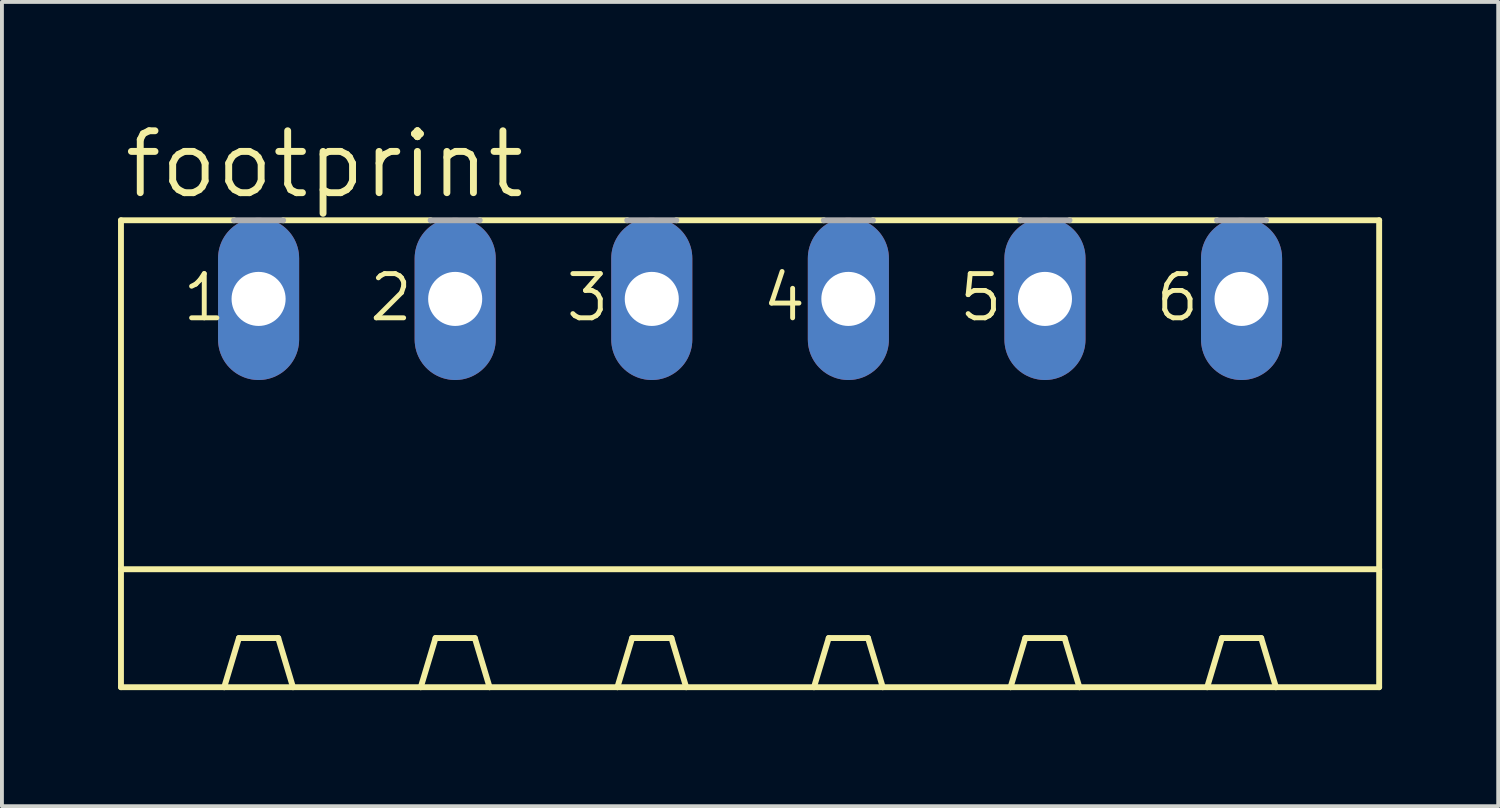
<source format=kicad_pcb>
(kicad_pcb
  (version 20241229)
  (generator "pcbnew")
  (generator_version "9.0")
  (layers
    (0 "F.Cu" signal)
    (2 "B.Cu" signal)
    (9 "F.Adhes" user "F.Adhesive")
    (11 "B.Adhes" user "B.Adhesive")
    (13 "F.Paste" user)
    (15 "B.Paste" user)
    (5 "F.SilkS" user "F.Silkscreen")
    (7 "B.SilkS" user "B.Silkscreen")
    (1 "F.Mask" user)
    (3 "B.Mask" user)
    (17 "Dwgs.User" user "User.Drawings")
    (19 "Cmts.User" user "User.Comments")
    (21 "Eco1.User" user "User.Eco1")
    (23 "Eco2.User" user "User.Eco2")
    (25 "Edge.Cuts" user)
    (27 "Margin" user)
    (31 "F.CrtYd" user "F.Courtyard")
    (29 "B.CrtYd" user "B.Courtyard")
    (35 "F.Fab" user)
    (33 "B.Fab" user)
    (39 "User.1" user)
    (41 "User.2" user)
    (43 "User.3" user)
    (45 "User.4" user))
  (footprint "footprint"
    (layer "F.Cu")
    (at 16.332 9.754)
    (property "Reference" "footprint" (at -16.256 -7.62 0) (layer "F.SilkS") (effects (font (size 1.6 1.6) (thickness 0.178)) (justify left bottom)))
    (fp_line (start -16.256 -7.112) (end -16.256 1.905) (stroke (width 0.152) (type solid)) (layer "F.SilkS"))
    (fp_line (start -16.256 -7.112) (end -13.335 -7.112) (stroke (width 0.152) (type solid)) (layer "F.SilkS"))
    (fp_line (start -16.256 1.905) (end -16.256 4.953) (stroke (width 0.152) (type solid)) (layer "F.SilkS"))
    (fp_line (start -16.256 1.905) (end 16.256 1.905) (stroke (width 0.152) (type solid)) (layer "F.SilkS"))
    (fp_line (start -16.256 4.953) (end -13.589 4.953) (stroke (width 0.152) (type solid)) (layer "F.SilkS"))
    (fp_line (start -13.589 4.953) (end -13.208 3.683) (stroke (width 0.152) (type solid)) (layer "F.SilkS"))
    (fp_line (start -13.589 4.953) (end -11.811 4.953) (stroke (width 0.152) (type solid)) (layer "F.SilkS"))
    (fp_line (start -12.192 3.683) (end -13.208 3.683) (stroke (width 0.152) (type solid)) (layer "F.SilkS"))
    (fp_line (start -12.065 -7.112) (end -8.255 -7.112) (stroke (width 0.152) (type solid)) (layer "F.SilkS"))
    (fp_line (start -11.811 4.953) (end -12.192 3.683) (stroke (width 0.152) (type solid)) (layer "F.SilkS"))
    (fp_line (start -11.811 4.953) (end -8.509 4.953) (stroke (width 0.152) (type solid)) (layer "F.SilkS"))
    (fp_line (start -8.509 4.953) (end -8.128 3.683) (stroke (width 0.152) (type solid)) (layer "F.SilkS"))
    (fp_line (start -8.509 4.953) (end -6.731 4.953) (stroke (width 0.152) (type solid)) (layer "F.SilkS"))
    (fp_line (start -8.128 3.683) (end -7.112 3.683) (stroke (width 0.152) (type solid)) (layer "F.SilkS"))
    (fp_line (start -6.985 -7.112) (end -3.175 -7.112) (stroke (width 0.152) (type solid)) (layer "F.SilkS"))
    (fp_line (start -6.731 4.953) (end -7.112 3.683) (stroke (width 0.152) (type solid)) (layer "F.SilkS"))
    (fp_line (start -6.731 4.953) (end -3.429 4.953) (stroke (width 0.152) (type solid)) (layer "F.SilkS"))
    (fp_line (start -3.429 4.953) (end -3.048 3.683) (stroke (width 0.152) (type solid)) (layer "F.SilkS"))
    (fp_line (start -3.429 4.953) (end -1.651 4.953) (stroke (width 0.152) (type solid)) (layer "F.SilkS"))
    (fp_line (start -3.048 3.683) (end -2.032 3.683) (stroke (width 0.152) (type solid)) (layer "F.SilkS"))
    (fp_line (start -1.905 -7.112) (end 1.905 -7.112) (stroke (width 0.152) (type solid)) (layer "F.SilkS"))
    (fp_line (start -1.651 4.953) (end -2.032 3.683) (stroke (width 0.152) (type solid)) (layer "F.SilkS"))
    (fp_line (start -1.651 4.953) (end 1.651 4.953) (stroke (width 0.152) (type solid)) (layer "F.SilkS"))
    (fp_line (start 1.651 4.953) (end 2.032 3.683) (stroke (width 0.152) (type solid)) (layer "F.SilkS"))
    (fp_line (start 1.651 4.953) (end 3.429 4.953) (stroke (width 0.152) (type solid)) (layer "F.SilkS"))
    (fp_line (start 2.032 3.683) (end 3.048 3.683) (stroke (width 0.152) (type solid)) (layer "F.SilkS"))
    (fp_line (start 3.175 -7.112) (end 6.985 -7.112) (stroke (width 0.152) (type solid)) (layer "F.SilkS"))
    (fp_line (start 3.429 4.953) (end 3.048 3.683) (stroke (width 0.152) (type solid)) (layer "F.SilkS"))
    (fp_line (start 3.429 4.953) (end 6.731 4.953) (stroke (width 0.152) (type solid)) (layer "F.SilkS"))
    (fp_line (start 6.731 4.953) (end 7.112 3.683) (stroke (width 0.152) (type solid)) (layer "F.SilkS"))
    (fp_line (start 6.731 4.953) (end 8.509 4.953) (stroke (width 0.152) (type solid)) (layer "F.SilkS"))
    (fp_line (start 7.112 3.683) (end 8.128 3.683) (stroke (width 0.152) (type solid)) (layer "F.SilkS"))
    (fp_line (start 8.255 -7.112) (end 12.065 -7.112) (stroke (width 0.152) (type solid)) (layer "F.SilkS"))
    (fp_line (start 8.509 4.953) (end 8.128 3.683) (stroke (width 0.152) (type solid)) (layer "F.SilkS"))
    (fp_line (start 8.509 4.953) (end 11.811 4.953) (stroke (width 0.152) (type solid)) (layer "F.SilkS"))
    (fp_line (start 11.811 4.953) (end 12.192 3.683) (stroke (width 0.152) (type solid)) (layer "F.SilkS"))
    (fp_line (start 11.811 4.953) (end 13.589 4.953) (stroke (width 0.152) (type solid)) (layer "F.SilkS"))
    (fp_line (start 12.192 3.683) (end 13.208 3.683) (stroke (width 0.152) (type solid)) (layer "F.SilkS"))
    (fp_line (start 13.335 -7.112) (end 16.256 -7.112) (stroke (width 0.152) (type solid)) (layer "F.SilkS"))
    (fp_line (start 13.589 4.953) (end 13.208 3.683) (stroke (width 0.152) (type solid)) (layer "F.SilkS"))
    (fp_line (start 13.589 4.953) (end 16.256 4.953) (stroke (width 0.152) (type solid)) (layer "F.SilkS"))
    (fp_line (start 16.256 -7.112) (end 16.256 1.905) (stroke (width 0.152) (type solid)) (layer "F.SilkS"))
    (fp_line (start 16.256 1.905) (end 16.256 4.953) (stroke (width 0.152) (type solid)) (layer "F.SilkS"))
    (fp_line (start -13.335 -7.112) (end -12.065 -7.112) (stroke (width 0.152) (type solid)) (layer "F.Fab"))
    (fp_line (start -8.255 -7.112) (end -6.985 -7.112) (stroke (width 0.152) (type solid)) (layer "F.Fab"))
    (fp_line (start -3.175 -7.112) (end -1.905 -7.112) (stroke (width 0.152) (type solid)) (layer "F.Fab"))
    (fp_line (start 1.905 -7.112) (end 3.175 -7.112) (stroke (width 0.152) (type solid)) (layer "F.Fab"))
    (fp_line (start 6.985 -7.112) (end 8.255 -7.112) (stroke (width 0.152) (type solid)) (layer "F.Fab"))
    (fp_line (start 12.065 -7.112) (end 13.335 -7.112) (stroke (width 0.152) (type solid)) (layer "F.Fab"))
    (fp_text user "4" (at 0.254 -4.445 0) (layer "F.SilkS") (effects (font (size 1.143 1.143) (thickness 0.127)) (justify left bottom)))
    (fp_text user "1" (at -14.732 -4.445 0) (layer "F.SilkS") (effects (font (size 1.143 1.143) (thickness 0.127)) (justify left bottom)))
    (fp_text user "5" (at 5.334 -4.445 0) (layer "F.SilkS") (effects (font (size 1.143 1.143) (thickness 0.127)) (justify left bottom)))
    (fp_text user "3" (at -4.826 -4.445 0) (layer "F.SilkS") (effects (font (size 1.143 1.143) (thickness 0.127)) (justify left bottom)))
    (fp_text user "6" (at 10.414 -4.445 0) (layer "F.SilkS") (effects (font (size 1.143 1.143) (thickness 0.127)) (justify left bottom)))
    (fp_text user "2" (at -9.906 -4.445 0) (layer "F.SilkS") (effects (font (size 1.143 1.143) (thickness 0.127)) (justify left bottom)))
    (pad "1" thru_hole oval (at -12.7 -5.08 90) (size 4.191 2.095) (drill 1.397) (layers "*.Cu" "*.Mask"))
    (pad "2" thru_hole oval (at -7.62 -5.08 90) (size 4.191 2.095) (drill 1.397) (layers "*.Cu" "*.Mask"))
    (pad "3" thru_hole oval (at -2.54 -5.08 90) (size 4.191 2.095) (drill 1.397) (layers "*.Cu" "*.Mask"))
    (pad "4" thru_hole oval (at 2.54 -5.08 90) (size 4.191 2.095) (drill 1.397) (layers "*.Cu" "*.Mask"))
    (pad "5" thru_hole oval (at 7.62 -5.08 90) (size 4.191 2.095) (drill 1.397) (layers "*.Cu" "*.Mask"))
    (pad "6" thru_hole oval (at 12.7 -5.08 90) (size 4.191 2.095) (drill 1.397) (layers "*.Cu" "*.Mask")))
  (gr_rect
    (start -3 -3)
    (end 35.664 17.783)
    (stroke (width 0.1) (type default))
    (fill no)
    (layer "Edge.Cuts")))
</source>
